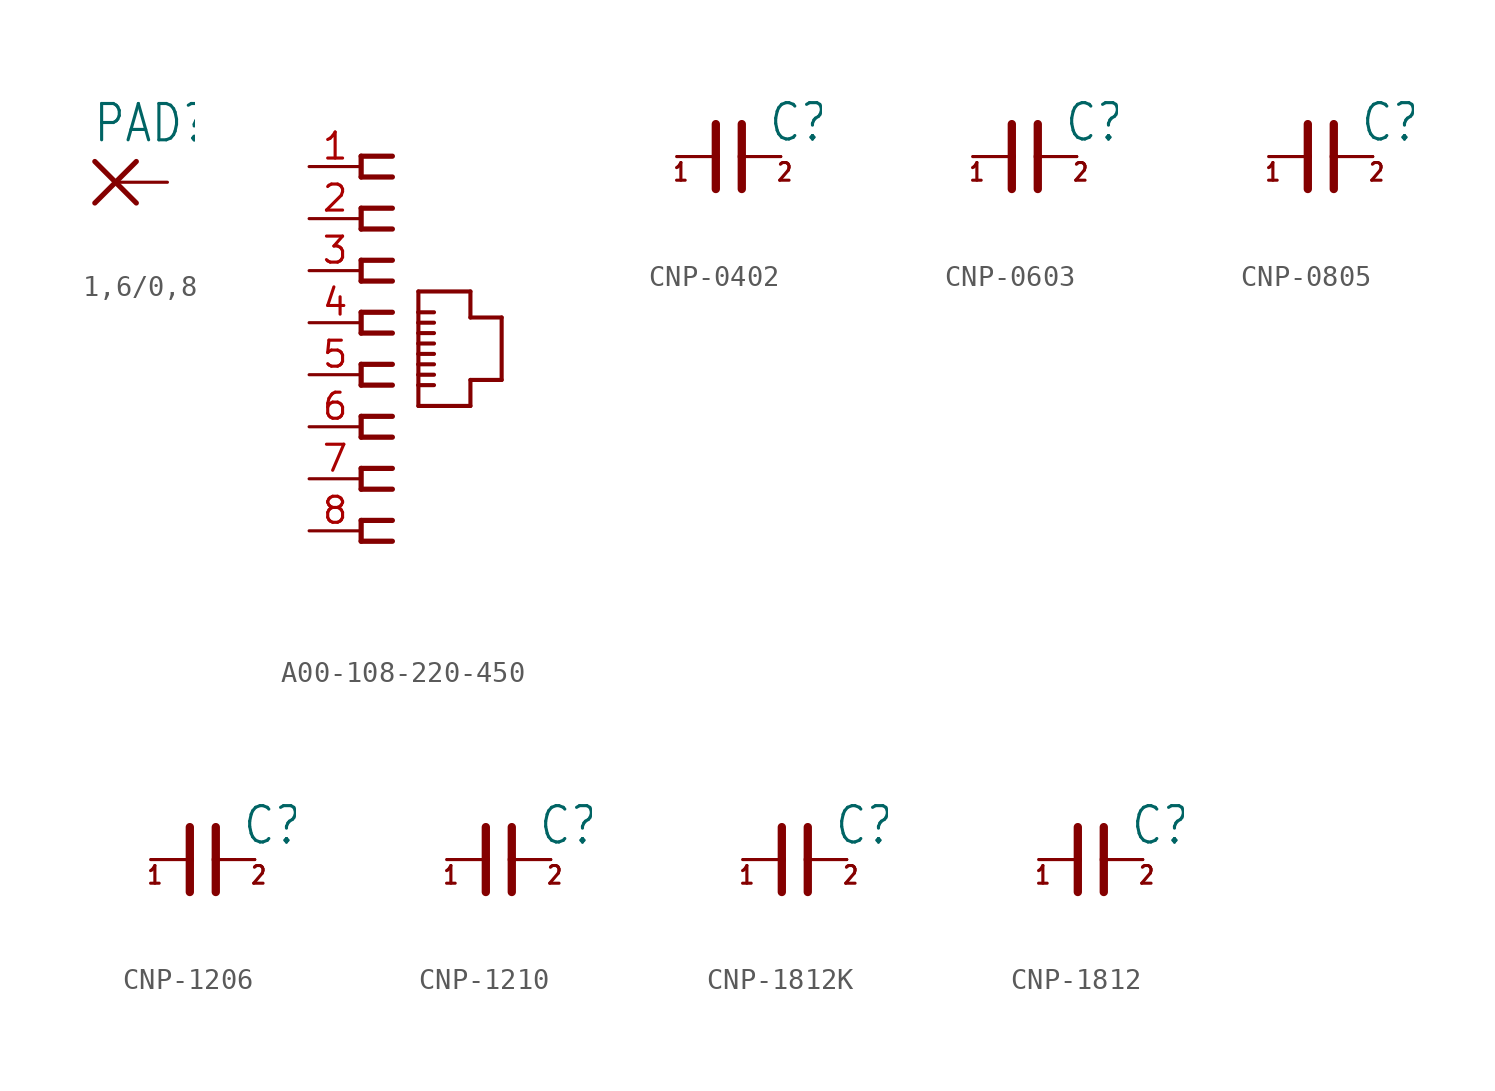
<source format=kicad_sym>
(kicad_symbol_lib
  (version 20220914)
  (generator kicad_symbol_editor)
  (symbol "1,6/0,8"
    (property "Reference" "PAD"
      (at -1.143 1.854 0)
      (effects (font (size 1.778 1.511)) (justify left bottom)))
    (property "Value" ""
      (at -1.143 -3.302 0)
      (effects (font (size 1.778 1.511)) (justify left bottom)))
    (property "ki_locked" ""
      (at 0 0 0)
      (effects (font (size 1.27 1.27))))
    (symbol "1,6/0,8_1_0"
      (polyline (pts (xy -1.016 -1.016) (xy 1.016 1.016)) (stroke (width 0.254) (type solid)) (fill (type none)))
      (polyline (pts (xy -1.016 1.016) (xy 1.016 -1.016)) (stroke (width 0.254) (type solid)) (fill (type none)))
      (pin passive line (at 2.54 0 180) (length 2.54) (name "P" (effects (font (size 0 0)))) (number "1" (effects (font (size 0 0)))))))
  (symbol "A00-108-220-450"
    (property "Reference" ""
      (at 0 10.16 0)
      (effects (font (size 1.778 1.511)) (justify left bottom) hide))
    (property "Value" ""
      (at 0 -13.716 0)
      (effects (font (size 1.778 1.511)) (justify left bottom)))
    (property "ki_locked" ""
      (at 0 0 0)
      (effects (font (size 1.27 1.27))))
    (symbol "A00-108-220-450_1_0"
      (polyline (pts (xy 2.54 -10.668) (xy 4.064 -10.668)) (stroke (width 0.254) (type solid)) (fill (type none)))
      (polyline (pts (xy 2.54 -9.652) (xy 2.54 -10.668)) (stroke (width 0.254) (type solid)) (fill (type none)))
      (polyline (pts (xy 2.54 -8.128) (xy 4.064 -8.128)) (stroke (width 0.254) (type solid)) (fill (type none)))
      (polyline (pts (xy 2.54 -7.112) (xy 2.54 -8.128)) (stroke (width 0.254) (type solid)) (fill (type none)))
      (polyline (pts (xy 2.54 -5.588) (xy 4.064 -5.588)) (stroke (width 0.254) (type solid)) (fill (type none)))
      (polyline (pts (xy 2.54 -4.572) (xy 2.54 -5.588)) (stroke (width 0.254) (type solid)) (fill (type none)))
      (polyline (pts (xy 2.54 -3.048) (xy 4.064 -3.048)) (stroke (width 0.254) (type solid)) (fill (type none)))
      (polyline (pts (xy 2.54 -2.032) (xy 2.54 -3.048)) (stroke (width 0.254) (type solid)) (fill (type none)))
      (polyline (pts (xy 2.54 -0.508) (xy 4.064 -0.508)) (stroke (width 0.254) (type solid)) (fill (type none)))
      (polyline (pts (xy 2.54 0.508) (xy 2.54 -0.508)) (stroke (width 0.254) (type solid)) (fill (type none)))
      (polyline (pts (xy 2.54 2.032) (xy 4.064 2.032)) (stroke (width 0.254) (type solid)) (fill (type none)))
      (polyline (pts (xy 2.54 3.048) (xy 2.54 2.032)) (stroke (width 0.254) (type solid)) (fill (type none)))
      (polyline (pts (xy 2.54 4.572) (xy 4.064 4.572)) (stroke (width 0.254) (type solid)) (fill (type none)))
      (polyline (pts (xy 2.54 5.588) (xy 2.54 4.572)) (stroke (width 0.254) (type solid)) (fill (type none)))
      (polyline (pts (xy 2.54 7.112) (xy 4.064 7.112)) (stroke (width 0.254) (type solid)) (fill (type none)))
      (polyline (pts (xy 2.54 8.128) (xy 2.54 7.112)) (stroke (width 0.254) (type solid)) (fill (type none)))
      (polyline (pts (xy 4.064 -9.652) (xy 2.54 -9.652)) (stroke (width 0.254) (type solid)) (fill (type none)))
      (polyline (pts (xy 4.064 -7.112) (xy 2.54 -7.112)) (stroke (width 0.254) (type solid)) (fill (type none)))
      (polyline (pts (xy 4.064 -4.572) (xy 2.54 -4.572)) (stroke (width 0.254) (type solid)) (fill (type none)))
      (polyline (pts (xy 4.064 -2.032) (xy 2.54 -2.032)) (stroke (width 0.254) (type solid)) (fill (type none)))
      (polyline (pts (xy 4.064 0.508) (xy 2.54 0.508)) (stroke (width 0.254) (type solid)) (fill (type none)))
      (polyline (pts (xy 4.064 3.048) (xy 2.54 3.048)) (stroke (width 0.254) (type solid)) (fill (type none)))
      (polyline (pts (xy 4.064 5.588) (xy 2.54 5.588)) (stroke (width 0.254) (type solid)) (fill (type none)))
      (polyline (pts (xy 4.064 8.128) (xy 2.54 8.128)) (stroke (width 0.254) (type solid)) (fill (type none)))
      (polyline (pts (xy 5.334 -4.064) (xy 7.874 -4.064)) (stroke (width 0.2) (type solid)) (fill (type none)))
      (polyline (pts (xy 5.334 -3.048) (xy 5.334 -4.064)) (stroke (width 0.2) (type solid)) (fill (type none)))
      (polyline (pts (xy 5.334 -3.048) (xy 6.096 -3.048)) (stroke (width 0.2) (type solid)) (fill (type none)))
      (polyline (pts (xy 5.334 -2.54) (xy 5.334 -3.048)) (stroke (width 0.2) (type solid)) (fill (type none)))
      (polyline (pts (xy 5.334 -2.54) (xy 6.096 -2.54)) (stroke (width 0.2) (type solid)) (fill (type none)))
      (polyline (pts (xy 5.334 -2.032) (xy 5.334 -2.54)) (stroke (width 0.2) (type solid)) (fill (type none)))
      (polyline (pts (xy 5.334 -2.032) (xy 6.096 -2.032)) (stroke (width 0.2) (type solid)) (fill (type none)))
      (polyline (pts (xy 5.334 -1.524) (xy 5.334 -2.032)) (stroke (width 0.2) (type solid)) (fill (type none)))
      (polyline (pts (xy 5.334 -1.524) (xy 6.096 -1.524)) (stroke (width 0.2) (type solid)) (fill (type none)))
      (polyline (pts (xy 5.334 -1.016) (xy 5.334 -1.524)) (stroke (width 0.2) (type solid)) (fill (type none)))
      (polyline (pts (xy 5.334 -1.016) (xy 6.096 -1.016)) (stroke (width 0.2) (type solid)) (fill (type none)))
      (polyline (pts (xy 5.334 -0.508) (xy 5.334 -1.016)) (stroke (width 0.2) (type solid)) (fill (type none)))
      (polyline (pts (xy 5.334 -0.508) (xy 6.096 -0.508)) (stroke (width 0.2) (type solid)) (fill (type none)))
      (polyline (pts (xy 5.334 0) (xy 5.334 -0.508)) (stroke (width 0.2) (type solid)) (fill (type none)))
      (polyline (pts (xy 5.334 0) (xy 6.096 0)) (stroke (width 0.2) (type solid)) (fill (type none)))
      (polyline (pts (xy 5.334 0.508) (xy 5.334 0)) (stroke (width 0.2) (type solid)) (fill (type none)))
      (polyline (pts (xy 5.334 0.508) (xy 6.096 0.508)) (stroke (width 0.2) (type solid)) (fill (type none)))
      (polyline (pts (xy 5.334 1.524) (xy 5.334 0.508)) (stroke (width 0.2) (type solid)) (fill (type none)))
      (polyline (pts (xy 7.874 -4.064) (xy 7.874 -2.794)) (stroke (width 0.2) (type solid)) (fill (type none)))
      (polyline (pts (xy 7.874 -2.794) (xy 9.398 -2.794)) (stroke (width 0.2) (type solid)) (fill (type none)))
      (polyline (pts (xy 7.874 0.254) (xy 7.874 1.524)) (stroke (width 0.2) (type solid)) (fill (type none)))
      (polyline (pts (xy 7.874 1.524) (xy 5.334 1.524)) (stroke (width 0.2) (type solid)) (fill (type none)))
      (polyline (pts (xy 9.398 -2.794) (xy 9.398 0.254)) (stroke (width 0.2) (type solid)) (fill (type none)))
      (polyline (pts (xy 9.398 0.254) (xy 7.874 0.254)) (stroke (width 0.2) (type solid)) (fill (type none)))
      (pin passive line (at 0 7.62 0) (length 2.54) (name "1" (effects (font (size 0 0)))) (number "1" (effects (font (size 1.27 1.27)))))
      (pin passive line (at 0 5.08 0) (length 2.54) (name "2" (effects (font (size 0 0)))) (number "2" (effects (font (size 1.27 1.27)))))
      (pin passive line (at 0 2.54 0) (length 2.54) (name "3" (effects (font (size 0 0)))) (number "3" (effects (font (size 1.27 1.27)))))
      (pin passive line (at 0 0 0) (length 2.54) (name "4" (effects (font (size 0 0)))) (number "4" (effects (font (size 1.27 1.27)))))
      (pin passive line (at 0 -2.54 0) (length 2.54) (name "5" (effects (font (size 0 0)))) (number "5" (effects (font (size 1.27 1.27)))))
      (pin passive line (at 0 -5.08 0) (length 2.54) (name "6" (effects (font (size 0 0)))) (number "6" (effects (font (size 1.27 1.27)))))
      (pin passive line (at 0 -7.62 0) (length 2.54) (name "7" (effects (font (size 0 0)))) (number "7" (effects (font (size 1.27 1.27)))))
      (pin passive line (at 0 -10.16 0) (length 2.54) (name "8" (effects (font (size 0 0)))) (number "8" (effects (font (size 1.27 1.27)))))))
  (symbol "CNP-0402"
    (property "Reference" "C"
      (at 1.905 0.635 0)
      (effects (font (size 1.778 1.511)) (justify left bottom)))
    (property "Value" ""
      (at -5.08 -4.128 0)
      (effects (font (size 1.778 1.511)) (justify left bottom)))
    (property "ki_locked" ""
      (at 0 0 0)
      (effects (font (size 1.27 1.27))))
    (symbol "CNP-0402_1_0"
      (polyline (pts (xy -2.54 0) (xy -0.635 0)) (stroke (width 0.152) (type solid)) (fill (type none)))
      (polyline (pts (xy -0.635 0) (xy -0.635 -1.587)) (stroke (width 0.406) (type solid)) (fill (type none)))
      (polyline (pts (xy -0.635 1.587) (xy -0.635 0)) (stroke (width 0.406) (type solid)) (fill (type none)))
      (polyline (pts (xy 0.635 0) (xy 0.635 -1.587)) (stroke (width 0.406) (type solid)) (fill (type none)))
      (polyline (pts (xy 0.635 1.587) (xy 0.635 0)) (stroke (width 0.406) (type solid)) (fill (type none)))
      (polyline (pts (xy 2.54 0) (xy 0.635 0)) (stroke (width 0.152) (type solid)) (fill (type none)))
      (text "1" (at -2.794 -1.27 0) (effects (font (size 0.864 0.734)) (justify left bottom)))
      (text "2" (at 2.286 -1.27 0) (effects (font (size 0.864 0.734)) (justify left bottom)))
      (pin passive line (at -2.54 0 0) (length 0) (name "1" (effects (font (size 0 0)))) (number "1" (effects (font (size 0 0)))))
      (pin passive line (at 2.54 0 180) (length 0) (name "2" (effects (font (size 0 0)))) (number "2" (effects (font (size 0 0)))))))
  (symbol "CNP-0603"
    (property "Reference" "C"
      (at 1.905 0.635 0)
      (effects (font (size 1.778 1.511)) (justify left bottom)))
    (property "Value" ""
      (at -5.08 -4.128 0)
      (effects (font (size 1.778 1.511)) (justify left bottom)))
    (property "ki_locked" ""
      (at 0 0 0)
      (effects (font (size 1.27 1.27))))
    (symbol "CNP-0603_1_0"
      (polyline (pts (xy -2.54 0) (xy -0.635 0)) (stroke (width 0.152) (type solid)) (fill (type none)))
      (polyline (pts (xy -0.635 0) (xy -0.635 -1.587)) (stroke (width 0.406) (type solid)) (fill (type none)))
      (polyline (pts (xy -0.635 1.587) (xy -0.635 0)) (stroke (width 0.406) (type solid)) (fill (type none)))
      (polyline (pts (xy 0.635 0) (xy 0.635 -1.587)) (stroke (width 0.406) (type solid)) (fill (type none)))
      (polyline (pts (xy 0.635 1.587) (xy 0.635 0)) (stroke (width 0.406) (type solid)) (fill (type none)))
      (polyline (pts (xy 2.54 0) (xy 0.635 0)) (stroke (width 0.152) (type solid)) (fill (type none)))
      (text "1" (at -2.794 -1.27 0) (effects (font (size 0.864 0.734)) (justify left bottom)))
      (text "2" (at 2.286 -1.27 0) (effects (font (size 0.864 0.734)) (justify left bottom)))
      (pin passive line (at -2.54 0 0) (length 0) (name "1" (effects (font (size 0 0)))) (number "1" (effects (font (size 0 0)))))
      (pin passive line (at 2.54 0 180) (length 0) (name "2" (effects (font (size 0 0)))) (number "2" (effects (font (size 0 0)))))))
  (symbol "CNP-0805"
    (property "Reference" "C"
      (at 1.905 0.635 0)
      (effects (font (size 1.778 1.511)) (justify left bottom)))
    (property "Value" ""
      (at -5.08 -4.128 0)
      (effects (font (size 1.778 1.511)) (justify left bottom)))
    (property "ki_locked" ""
      (at 0 0 0)
      (effects (font (size 1.27 1.27))))
    (symbol "CNP-0805_1_0"
      (polyline (pts (xy -2.54 0) (xy -0.635 0)) (stroke (width 0.152) (type solid)) (fill (type none)))
      (polyline (pts (xy -0.635 0) (xy -0.635 -1.587)) (stroke (width 0.406) (type solid)) (fill (type none)))
      (polyline (pts (xy -0.635 1.587) (xy -0.635 0)) (stroke (width 0.406) (type solid)) (fill (type none)))
      (polyline (pts (xy 0.635 0) (xy 0.635 -1.587)) (stroke (width 0.406) (type solid)) (fill (type none)))
      (polyline (pts (xy 0.635 1.587) (xy 0.635 0)) (stroke (width 0.406) (type solid)) (fill (type none)))
      (polyline (pts (xy 2.54 0) (xy 0.635 0)) (stroke (width 0.152) (type solid)) (fill (type none)))
      (text "1" (at -2.794 -1.27 0) (effects (font (size 0.864 0.734)) (justify left bottom)))
      (text "2" (at 2.286 -1.27 0) (effects (font (size 0.864 0.734)) (justify left bottom)))
      (pin passive line (at -2.54 0 0) (length 0) (name "1" (effects (font (size 0 0)))) (number "1" (effects (font (size 0 0)))))
      (pin passive line (at 2.54 0 180) (length 0) (name "2" (effects (font (size 0 0)))) (number "2" (effects (font (size 0 0)))))))
  (symbol "CNP-1206"
    (property "Reference" "C"
      (at 1.905 0.635 0)
      (effects (font (size 1.778 1.511)) (justify left bottom)))
    (property "Value" ""
      (at -5.08 -4.128 0)
      (effects (font (size 1.778 1.511)) (justify left bottom)))
    (property "ki_locked" ""
      (at 0 0 0)
      (effects (font (size 1.27 1.27))))
    (symbol "CNP-1206_1_0"
      (polyline (pts (xy -2.54 0) (xy -0.635 0)) (stroke (width 0.152) (type solid)) (fill (type none)))
      (polyline (pts (xy -0.635 0) (xy -0.635 -1.587)) (stroke (width 0.406) (type solid)) (fill (type none)))
      (polyline (pts (xy -0.635 1.587) (xy -0.635 0)) (stroke (width 0.406) (type solid)) (fill (type none)))
      (polyline (pts (xy 0.635 0) (xy 0.635 -1.587)) (stroke (width 0.406) (type solid)) (fill (type none)))
      (polyline (pts (xy 0.635 1.587) (xy 0.635 0)) (stroke (width 0.406) (type solid)) (fill (type none)))
      (polyline (pts (xy 2.54 0) (xy 0.635 0)) (stroke (width 0.152) (type solid)) (fill (type none)))
      (text "1" (at -2.794 -1.27 0) (effects (font (size 0.864 0.734)) (justify left bottom)))
      (text "2" (at 2.286 -1.27 0) (effects (font (size 0.864 0.734)) (justify left bottom)))
      (pin passive line (at -2.54 0 0) (length 0) (name "1" (effects (font (size 0 0)))) (number "P$1" (effects (font (size 0 0)))))
      (pin passive line (at 2.54 0 180) (length 0) (name "2" (effects (font (size 0 0)))) (number "P$2" (effects (font (size 0 0)))))))
  (symbol "CNP-1210"
    (property "Reference" "C"
      (at 1.905 0.635 0)
      (effects (font (size 1.778 1.511)) (justify left bottom)))
    (property "Value" ""
      (at -5.08 -4.128 0)
      (effects (font (size 1.778 1.511)) (justify left bottom)))
    (property "ki_locked" ""
      (at 0 0 0)
      (effects (font (size 1.27 1.27))))
    (symbol "CNP-1210_1_0"
      (polyline (pts (xy -2.54 0) (xy -0.635 0)) (stroke (width 0.152) (type solid)) (fill (type none)))
      (polyline (pts (xy -0.635 0) (xy -0.635 -1.587)) (stroke (width 0.406) (type solid)) (fill (type none)))
      (polyline (pts (xy -0.635 1.587) (xy -0.635 0)) (stroke (width 0.406) (type solid)) (fill (type none)))
      (polyline (pts (xy 0.635 0) (xy 0.635 -1.587)) (stroke (width 0.406) (type solid)) (fill (type none)))
      (polyline (pts (xy 0.635 1.587) (xy 0.635 0)) (stroke (width 0.406) (type solid)) (fill (type none)))
      (polyline (pts (xy 2.54 0) (xy 0.635 0)) (stroke (width 0.152) (type solid)) (fill (type none)))
      (text "1" (at -2.794 -1.27 0) (effects (font (size 0.864 0.734)) (justify left bottom)))
      (text "2" (at 2.286 -1.27 0) (effects (font (size 0.864 0.734)) (justify left bottom)))
      (pin passive line (at -2.54 0 0) (length 0) (name "1" (effects (font (size 0 0)))) (number "P$1" (effects (font (size 0 0)))))
      (pin passive line (at 2.54 0 180) (length 0) (name "2" (effects (font (size 0 0)))) (number "P$2" (effects (font (size 0 0)))))))
  (symbol "CNP-1812K"
    (property "Reference" "C"
      (at 1.905 0.635 0)
      (effects (font (size 1.778 1.511)) (justify left bottom)))
    (property "Value" ""
      (at -5.08 -4.128 0)
      (effects (font (size 1.778 1.511)) (justify left bottom)))
    (property "ki_locked" ""
      (at 0 0 0)
      (effects (font (size 1.27 1.27))))
    (symbol "CNP-1812K_1_0"
      (polyline (pts (xy -2.54 0) (xy -0.635 0)) (stroke (width 0.152) (type solid)) (fill (type none)))
      (polyline (pts (xy -0.635 0) (xy -0.635 -1.587)) (stroke (width 0.406) (type solid)) (fill (type none)))
      (polyline (pts (xy -0.635 1.587) (xy -0.635 0)) (stroke (width 0.406) (type solid)) (fill (type none)))
      (polyline (pts (xy 0.635 0) (xy 0.635 -1.587)) (stroke (width 0.406) (type solid)) (fill (type none)))
      (polyline (pts (xy 0.635 1.587) (xy 0.635 0)) (stroke (width 0.406) (type solid)) (fill (type none)))
      (polyline (pts (xy 2.54 0) (xy 0.635 0)) (stroke (width 0.152) (type solid)) (fill (type none)))
      (text "1" (at -2.794 -1.27 0) (effects (font (size 0.864 0.734)) (justify left bottom)))
      (text "2" (at 2.286 -1.27 0) (effects (font (size 0.864 0.734)) (justify left bottom)))
      (pin passive line (at -2.54 0 0) (length 0) (name "1" (effects (font (size 0 0)))) (number "1" (effects (font (size 0 0)))))
      (pin passive line (at 2.54 0 180) (length 0) (name "2" (effects (font (size 0 0)))) (number "2" (effects (font (size 0 0)))))))
  (symbol "CNP-1812"
    (property "Reference" "C"
      (at 1.905 0.635 0)
      (effects (font (size 1.778 1.511)) (justify left bottom)))
    (property "Value" ""
      (at -5.08 -4.128 0)
      (effects (font (size 1.778 1.511)) (justify left bottom)))
    (property "ki_locked" ""
      (at 0 0 0)
      (effects (font (size 1.27 1.27))))
    (symbol "CNP-1812_1_0"
      (polyline (pts (xy -2.54 0) (xy -0.635 0)) (stroke (width 0.152) (type solid)) (fill (type none)))
      (polyline (pts (xy -0.635 0) (xy -0.635 -1.587)) (stroke (width 0.406) (type solid)) (fill (type none)))
      (polyline (pts (xy -0.635 1.587) (xy -0.635 0)) (stroke (width 0.406) (type solid)) (fill (type none)))
      (polyline (pts (xy 0.635 0) (xy 0.635 -1.587)) (stroke (width 0.406) (type solid)) (fill (type none)))
      (polyline (pts (xy 0.635 1.587) (xy 0.635 0)) (stroke (width 0.406) (type solid)) (fill (type none)))
      (polyline (pts (xy 2.54 0) (xy 0.635 0)) (stroke (width 0.152) (type solid)) (fill (type none)))
      (text "1" (at -2.794 -1.27 0) (effects (font (size 0.864 0.734)) (justify left bottom)))
      (text "2" (at 2.286 -1.27 0) (effects (font (size 0.864 0.734)) (justify left bottom)))
      (pin passive line (at -2.54 0 0) (length 0) (name "1" (effects (font (size 0 0)))) (number "P$1" (effects (font (size 0 0)))))
      (pin passive line (at 2.54 0 180) (length 0) (name "2" (effects (font (size 0 0)))) (number "P$2" (effects (font (size 0 0))))))))
</source>
